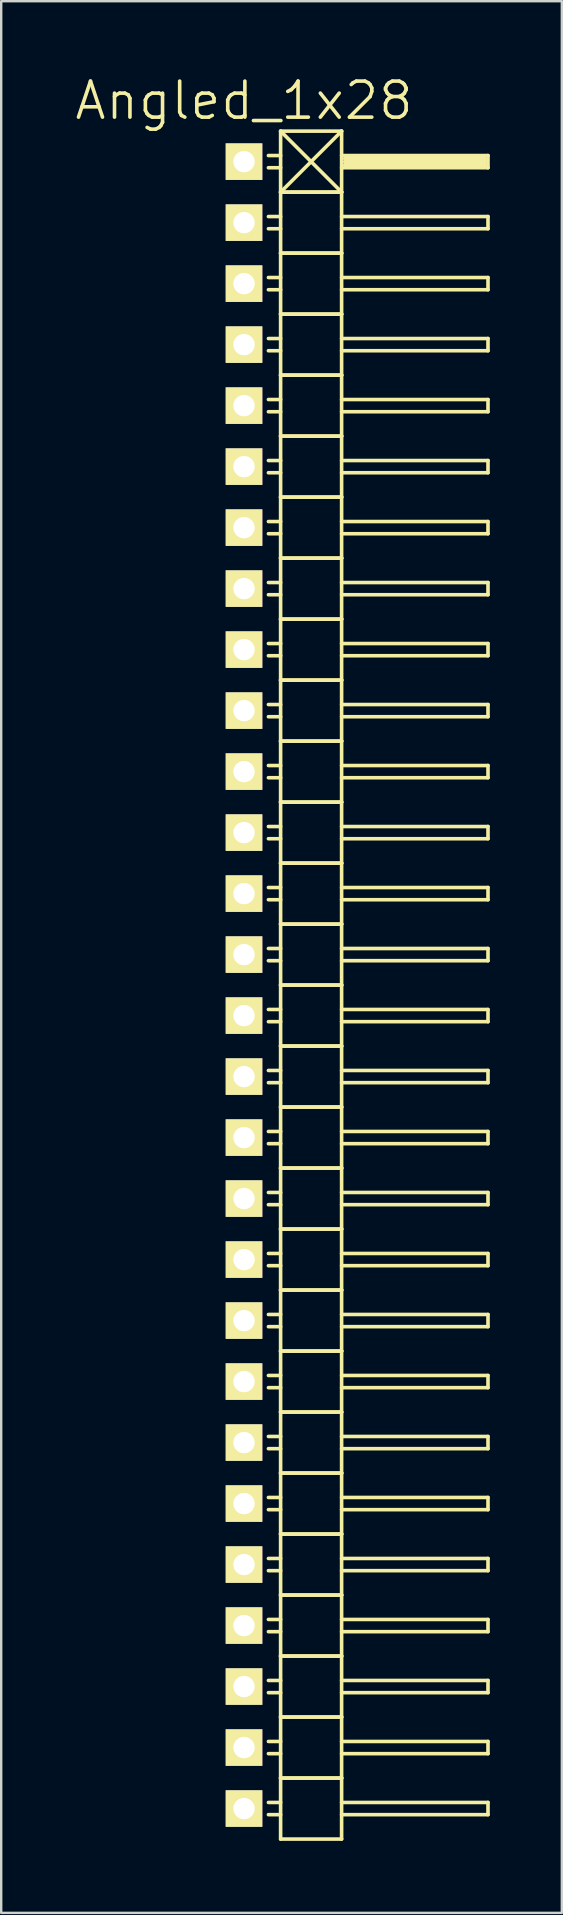
<source format=kicad_pcb>
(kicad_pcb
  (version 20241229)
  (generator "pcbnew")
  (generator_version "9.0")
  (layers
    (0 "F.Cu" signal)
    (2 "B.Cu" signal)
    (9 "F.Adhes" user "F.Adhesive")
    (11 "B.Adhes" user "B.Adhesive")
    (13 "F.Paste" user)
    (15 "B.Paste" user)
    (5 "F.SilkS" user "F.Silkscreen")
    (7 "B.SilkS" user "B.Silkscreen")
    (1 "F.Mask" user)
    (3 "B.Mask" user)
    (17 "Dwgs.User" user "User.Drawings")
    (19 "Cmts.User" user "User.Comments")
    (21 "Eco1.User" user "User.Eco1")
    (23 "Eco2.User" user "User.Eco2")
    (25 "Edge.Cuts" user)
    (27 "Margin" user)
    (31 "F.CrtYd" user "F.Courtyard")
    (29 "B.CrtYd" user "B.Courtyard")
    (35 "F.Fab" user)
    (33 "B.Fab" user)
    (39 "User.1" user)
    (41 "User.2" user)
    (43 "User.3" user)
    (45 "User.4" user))
  (footprint "Angled_1x28"
    (layer "F.Cu")
    (at 7.111 37.971)
    (property "Reference" "Angled_1x28" (at 0 -36.83 0) (layer "F.SilkS") (effects (font (size 1.5 1.5) (thickness 0.15))))
    (attr through_hole)
    (fp_line (start 1.524 -35.56) (end 1.524 -33.02) (stroke (width 0.15) (type solid)) (layer "F.SilkS"))
    (fp_line (start 1.524 -35.56) (end 4.064 -35.56) (stroke (width 0.15) (type solid)) (layer "F.SilkS"))
    (fp_line (start 1.524 -34.544) (end 1.016 -34.544) (stroke (width 0.15) (type solid)) (layer "F.SilkS"))
    (fp_line (start 1.524 -34.036) (end 1.016 -34.036) (stroke (width 0.15) (type solid)) (layer "F.SilkS"))
    (fp_line (start 1.524 -33.02) (end 1.524 -30.48) (stroke (width 0.15) (type solid)) (layer "F.SilkS"))
    (fp_line (start 1.524 -33.02) (end 4.064 -33.02) (stroke (width 0.15) (type solid)) (layer "F.SilkS"))
    (fp_line (start 1.524 -33.02) (end 4.064 -33.02) (stroke (width 0.15) (type solid)) (layer "F.SilkS"))
    (fp_line (start 1.524 -32.004) (end 1.016 -32.004) (stroke (width 0.15) (type solid)) (layer "F.SilkS"))
    (fp_line (start 1.524 -31.496) (end 1.016 -31.496) (stroke (width 0.15) (type solid)) (layer "F.SilkS"))
    (fp_line (start 1.524 -30.48) (end 1.524 -27.94) (stroke (width 0.15) (type solid)) (layer "F.SilkS"))
    (fp_line (start 1.524 -30.48) (end 4.064 -30.48) (stroke (width 0.15) (type solid)) (layer "F.SilkS"))
    (fp_line (start 1.524 -30.48) (end 4.064 -30.48) (stroke (width 0.15) (type solid)) (layer "F.SilkS"))
    (fp_line (start 1.524 -29.464) (end 1.016 -29.464) (stroke (width 0.15) (type solid)) (layer "F.SilkS"))
    (fp_line (start 1.524 -28.956) (end 1.016 -28.956) (stroke (width 0.15) (type solid)) (layer "F.SilkS"))
    (fp_line (start 1.524 -27.94) (end 1.524 -25.4) (stroke (width 0.15) (type solid)) (layer "F.SilkS"))
    (fp_line (start 1.524 -27.94) (end 4.064 -27.94) (stroke (width 0.15) (type solid)) (layer "F.SilkS"))
    (fp_line (start 1.524 -27.94) (end 4.064 -27.94) (stroke (width 0.15) (type solid)) (layer "F.SilkS"))
    (fp_line (start 1.524 -26.924) (end 1.016 -26.924) (stroke (width 0.15) (type solid)) (layer "F.SilkS"))
    (fp_line (start 1.524 -26.416) (end 1.016 -26.416) (stroke (width 0.15) (type solid)) (layer "F.SilkS"))
    (fp_line (start 1.524 -25.4) (end 1.524 -22.86) (stroke (width 0.15) (type solid)) (layer "F.SilkS"))
    (fp_line (start 1.524 -25.4) (end 4.064 -25.4) (stroke (width 0.15) (type solid)) (layer "F.SilkS"))
    (fp_line (start 1.524 -25.4) (end 4.064 -25.4) (stroke (width 0.15) (type solid)) (layer "F.SilkS"))
    (fp_line (start 1.524 -24.384) (end 1.016 -24.384) (stroke (width 0.15) (type solid)) (layer "F.SilkS"))
    (fp_line (start 1.524 -23.876) (end 1.016 -23.876) (stroke (width 0.15) (type solid)) (layer "F.SilkS"))
    (fp_line (start 1.524 -22.86) (end 1.524 -20.32) (stroke (width 0.15) (type solid)) (layer "F.SilkS"))
    (fp_line (start 1.524 -22.86) (end 4.064 -22.86) (stroke (width 0.15) (type solid)) (layer "F.SilkS"))
    (fp_line (start 1.524 -22.86) (end 4.064 -22.86) (stroke (width 0.15) (type solid)) (layer "F.SilkS"))
    (fp_line (start 1.524 -21.844) (end 1.016 -21.844) (stroke (width 0.15) (type solid)) (layer "F.SilkS"))
    (fp_line (start 1.524 -21.336) (end 1.016 -21.336) (stroke (width 0.15) (type solid)) (layer "F.SilkS"))
    (fp_line (start 1.524 -20.32) (end 1.524 -17.78) (stroke (width 0.15) (type solid)) (layer "F.SilkS"))
    (fp_line (start 1.524 -20.32) (end 4.064 -20.32) (stroke (width 0.15) (type solid)) (layer "F.SilkS"))
    (fp_line (start 1.524 -20.32) (end 4.064 -20.32) (stroke (width 0.15) (type solid)) (layer "F.SilkS"))
    (fp_line (start 1.524 -19.304) (end 1.016 -19.304) (stroke (width 0.15) (type solid)) (layer "F.SilkS"))
    (fp_line (start 1.524 -18.796) (end 1.016 -18.796) (stroke (width 0.15) (type solid)) (layer "F.SilkS"))
    (fp_line (start 1.524 -17.78) (end 1.524 -15.24) (stroke (width 0.15) (type solid)) (layer "F.SilkS"))
    (fp_line (start 1.524 -17.78) (end 4.064 -17.78) (stroke (width 0.15) (type solid)) (layer "F.SilkS"))
    (fp_line (start 1.524 -17.78) (end 4.064 -17.78) (stroke (width 0.15) (type solid)) (layer "F.SilkS"))
    (fp_line (start 1.524 -16.764) (end 1.016 -16.764) (stroke (width 0.15) (type solid)) (layer "F.SilkS"))
    (fp_line (start 1.524 -16.256) (end 1.016 -16.256) (stroke (width 0.15) (type solid)) (layer "F.SilkS"))
    (fp_line (start 1.524 -15.24) (end 1.524 -12.7) (stroke (width 0.15) (type solid)) (layer "F.SilkS"))
    (fp_line (start 1.524 -15.24) (end 4.064 -15.24) (stroke (width 0.15) (type solid)) (layer "F.SilkS"))
    (fp_line (start 1.524 -15.24) (end 4.064 -15.24) (stroke (width 0.15) (type solid)) (layer "F.SilkS"))
    (fp_line (start 1.524 -14.224) (end 1.016 -14.224) (stroke (width 0.15) (type solid)) (layer "F.SilkS"))
    (fp_line (start 1.524 -13.716) (end 1.016 -13.716) (stroke (width 0.15) (type solid)) (layer "F.SilkS"))
    (fp_line (start 1.524 -12.7) (end 1.524 -10.16) (stroke (width 0.15) (type solid)) (layer "F.SilkS"))
    (fp_line (start 1.524 -12.7) (end 4.064 -12.7) (stroke (width 0.15) (type solid)) (layer "F.SilkS"))
    (fp_line (start 1.524 -12.7) (end 4.064 -12.7) (stroke (width 0.15) (type solid)) (layer "F.SilkS"))
    (fp_line (start 1.524 -11.684) (end 1.016 -11.684) (stroke (width 0.15) (type solid)) (layer "F.SilkS"))
    (fp_line (start 1.524 -11.176) (end 1.016 -11.176) (stroke (width 0.15) (type solid)) (layer "F.SilkS"))
    (fp_line (start 1.524 -10.16) (end 1.524 -7.62) (stroke (width 0.15) (type solid)) (layer "F.SilkS"))
    (fp_line (start 1.524 -10.16) (end 4.064 -10.16) (stroke (width 0.15) (type solid)) (layer "F.SilkS"))
    (fp_line (start 1.524 -10.16) (end 4.064 -10.16) (stroke (width 0.15) (type solid)) (layer "F.SilkS"))
    (fp_line (start 1.524 -9.144) (end 1.016 -9.144) (stroke (width 0.15) (type solid)) (layer "F.SilkS"))
    (fp_line (start 1.524 -8.636) (end 1.016 -8.636) (stroke (width 0.15) (type solid)) (layer "F.SilkS"))
    (fp_line (start 1.524 -7.62) (end 1.524 -5.08) (stroke (width 0.15) (type solid)) (layer "F.SilkS"))
    (fp_line (start 1.524 -7.62) (end 4.064 -7.62) (stroke (width 0.15) (type solid)) (layer "F.SilkS"))
    (fp_line (start 1.524 -7.62) (end 4.064 -7.62) (stroke (width 0.15) (type solid)) (layer "F.SilkS"))
    (fp_line (start 1.524 -6.604) (end 1.016 -6.604) (stroke (width 0.15) (type solid)) (layer "F.SilkS"))
    (fp_line (start 1.524 -6.096) (end 1.016 -6.096) (stroke (width 0.15) (type solid)) (layer "F.SilkS"))
    (fp_line (start 1.524 -5.08) (end 1.524 -2.54) (stroke (width 0.15) (type solid)) (layer "F.SilkS"))
    (fp_line (start 1.524 -5.08) (end 4.064 -5.08) (stroke (width 0.15) (type solid)) (layer "F.SilkS"))
    (fp_line (start 1.524 -5.08) (end 4.064 -5.08) (stroke (width 0.15) (type solid)) (layer "F.SilkS"))
    (fp_line (start 1.524 -4.064) (end 1.016 -4.064) (stroke (width 0.15) (type solid)) (layer "F.SilkS"))
    (fp_line (start 1.524 -3.556) (end 1.016 -3.556) (stroke (width 0.15) (type solid)) (layer "F.SilkS"))
    (fp_line (start 1.524 -2.54) (end 1.524 0) (stroke (width 0.15) (type solid)) (layer "F.SilkS"))
    (fp_line (start 1.524 -2.54) (end 4.064 -2.54) (stroke (width 0.15) (type solid)) (layer "F.SilkS"))
    (fp_line (start 1.524 -2.54) (end 4.064 -2.54) (stroke (width 0.15) (type solid)) (layer "F.SilkS"))
    (fp_line (start 1.524 -1.524) (end 1.016 -1.524) (stroke (width 0.15) (type solid)) (layer "F.SilkS"))
    (fp_line (start 1.524 -1.016) (end 1.016 -1.016) (stroke (width 0.15) (type solid)) (layer "F.SilkS"))
    (fp_line (start 1.524 0) (end 1.524 2.54) (stroke (width 0.15) (type solid)) (layer "F.SilkS"))
    (fp_line (start 1.524 0) (end 4.064 0) (stroke (width 0.15) (type solid)) (layer "F.SilkS"))
    (fp_line (start 1.524 0) (end 4.064 0) (stroke (width 0.15) (type solid)) (layer "F.SilkS"))
    (fp_line (start 1.524 1.016) (end 1.016 1.016) (stroke (width 0.15) (type solid)) (layer "F.SilkS"))
    (fp_line (start 1.524 1.524) (end 1.016 1.524) (stroke (width 0.15) (type solid)) (layer "F.SilkS"))
    (fp_line (start 1.524 2.54) (end 1.524 5.08) (stroke (width 0.15) (type solid)) (layer "F.SilkS"))
    (fp_line (start 1.524 2.54) (end 4.064 2.54) (stroke (width 0.15) (type solid)) (layer "F.SilkS"))
    (fp_line (start 1.524 2.54) (end 4.064 2.54) (stroke (width 0.15) (type solid)) (layer "F.SilkS"))
    (fp_line (start 1.524 3.556) (end 1.016 3.556) (stroke (width 0.15) (type solid)) (layer "F.SilkS"))
    (fp_line (start 1.524 4.064) (end 1.016 4.064) (stroke (width 0.15) (type solid)) (layer "F.SilkS"))
    (fp_line (start 1.524 5.08) (end 1.524 7.62) (stroke (width 0.15) (type solid)) (layer "F.SilkS"))
    (fp_line (start 1.524 5.08) (end 4.064 5.08) (stroke (width 0.15) (type solid)) (layer "F.SilkS"))
    (fp_line (start 1.524 5.08) (end 4.064 5.08) (stroke (width 0.15) (type solid)) (layer "F.SilkS"))
    (fp_line (start 1.524 6.096) (end 1.016 6.096) (stroke (width 0.15) (type solid)) (layer "F.SilkS"))
    (fp_line (start 1.524 6.604) (end 1.016 6.604) (stroke (width 0.15) (type solid)) (layer "F.SilkS"))
    (fp_line (start 1.524 7.62) (end 1.524 10.16) (stroke (width 0.15) (type solid)) (layer "F.SilkS"))
    (fp_line (start 1.524 7.62) (end 4.064 7.62) (stroke (width 0.15) (type solid)) (layer "F.SilkS"))
    (fp_line (start 1.524 7.62) (end 4.064 7.62) (stroke (width 0.15) (type solid)) (layer "F.SilkS"))
    (fp_line (start 1.524 8.636) (end 1.016 8.636) (stroke (width 0.15) (type solid)) (layer "F.SilkS"))
    (fp_line (start 1.524 9.144) (end 1.016 9.144) (stroke (width 0.15) (type solid)) (layer "F.SilkS"))
    (fp_line (start 1.524 10.16) (end 1.524 12.7) (stroke (width 0.15) (type solid)) (layer "F.SilkS"))
    (fp_line (start 1.524 10.16) (end 4.064 10.16) (stroke (width 0.15) (type solid)) (layer "F.SilkS"))
    (fp_line (start 1.524 10.16) (end 4.064 10.16) (stroke (width 0.15) (type solid)) (layer "F.SilkS"))
    (fp_line (start 1.524 11.176) (end 1.016 11.176) (stroke (width 0.15) (type solid)) (layer "F.SilkS"))
    (fp_line (start 1.524 11.684) (end 1.016 11.684) (stroke (width 0.15) (type solid)) (layer "F.SilkS"))
    (fp_line (start 1.524 12.7) (end 1.524 15.24) (stroke (width 0.15) (type solid)) (layer "F.SilkS"))
    (fp_line (start 1.524 12.7) (end 4.064 12.7) (stroke (width 0.15) (type solid)) (layer "F.SilkS"))
    (fp_line (start 1.524 12.7) (end 4.064 12.7) (stroke (width 0.15) (type solid)) (layer "F.SilkS"))
    (fp_line (start 1.524 13.716) (end 1.016 13.716) (stroke (width 0.15) (type solid)) (layer "F.SilkS"))
    (fp_line (start 1.524 14.224) (end 1.016 14.224) (stroke (width 0.15) (type solid)) (layer "F.SilkS"))
    (fp_line (start 1.524 15.24) (end 1.524 17.78) (stroke (width 0.15) (type solid)) (layer "F.SilkS"))
    (fp_line (start 1.524 15.24) (end 4.064 15.24) (stroke (width 0.15) (type solid)) (layer "F.SilkS"))
    (fp_line (start 1.524 15.24) (end 4.064 15.24) (stroke (width 0.15) (type solid)) (layer "F.SilkS"))
    (fp_line (start 1.524 16.256) (end 1.016 16.256) (stroke (width 0.15) (type solid)) (layer "F.SilkS"))
    (fp_line (start 1.524 16.764) (end 1.016 16.764) (stroke (width 0.15) (type solid)) (layer "F.SilkS"))
    (fp_line (start 1.524 17.78) (end 1.524 20.32) (stroke (width 0.15) (type solid)) (layer "F.SilkS"))
    (fp_line (start 1.524 17.78) (end 4.064 17.78) (stroke (width 0.15) (type solid)) (layer "F.SilkS"))
    (fp_line (start 1.524 17.78) (end 4.064 17.78) (stroke (width 0.15) (type solid)) (layer "F.SilkS"))
    (fp_line (start 1.524 18.796) (end 1.016 18.796) (stroke (width 0.15) (type solid)) (layer "F.SilkS"))
    (fp_line (start 1.524 19.304) (end 1.016 19.304) (stroke (width 0.15) (type solid)) (layer "F.SilkS"))
    (fp_line (start 1.524 20.32) (end 1.524 22.86) (stroke (width 0.15) (type solid)) (layer "F.SilkS"))
    (fp_line (start 1.524 20.32) (end 4.064 20.32) (stroke (width 0.15) (type solid)) (layer "F.SilkS"))
    (fp_line (start 1.524 20.32) (end 4.064 20.32) (stroke (width 0.15) (type solid)) (layer "F.SilkS"))
    (fp_line (start 1.524 21.336) (end 1.016 21.336) (stroke (width 0.15) (type solid)) (layer "F.SilkS"))
    (fp_line (start 1.524 21.844) (end 1.016 21.844) (stroke (width 0.15) (type solid)) (layer "F.SilkS"))
    (fp_line (start 1.524 22.86) (end 1.524 25.4) (stroke (width 0.15) (type solid)) (layer "F.SilkS"))
    (fp_line (start 1.524 22.86) (end 4.064 22.86) (stroke (width 0.15) (type solid)) (layer "F.SilkS"))
    (fp_line (start 1.524 22.86) (end 4.064 22.86) (stroke (width 0.15) (type solid)) (layer "F.SilkS"))
    (fp_line (start 1.524 23.876) (end 1.016 23.876) (stroke (width 0.15) (type solid)) (layer "F.SilkS"))
    (fp_line (start 1.524 24.384) (end 1.016 24.384) (stroke (width 0.15) (type solid)) (layer "F.SilkS"))
    (fp_line (start 1.524 25.4) (end 1.524 27.94) (stroke (width 0.15) (type solid)) (layer "F.SilkS"))
    (fp_line (start 1.524 25.4) (end 4.064 25.4) (stroke (width 0.15) (type solid)) (layer "F.SilkS"))
    (fp_line (start 1.524 25.4) (end 4.064 25.4) (stroke (width 0.15) (type solid)) (layer "F.SilkS"))
    (fp_line (start 1.524 26.416) (end 1.016 26.416) (stroke (width 0.15) (type solid)) (layer "F.SilkS"))
    (fp_line (start 1.524 26.924) (end 1.016 26.924) (stroke (width 0.15) (type solid)) (layer "F.SilkS"))
    (fp_line (start 1.524 27.94) (end 1.524 30.48) (stroke (width 0.15) (type solid)) (layer "F.SilkS"))
    (fp_line (start 1.524 27.94) (end 4.064 27.94) (stroke (width 0.15) (type solid)) (layer "F.SilkS"))
    (fp_line (start 1.524 27.94) (end 4.064 27.94) (stroke (width 0.15) (type solid)) (layer "F.SilkS"))
    (fp_line (start 1.524 28.956) (end 1.016 28.956) (stroke (width 0.15) (type solid)) (layer "F.SilkS"))
    (fp_line (start 1.524 29.464) (end 1.016 29.464) (stroke (width 0.15) (type solid)) (layer "F.SilkS"))
    (fp_line (start 1.524 30.48) (end 1.524 33.02) (stroke (width 0.15) (type solid)) (layer "F.SilkS"))
    (fp_line (start 1.524 30.48) (end 4.064 30.48) (stroke (width 0.15) (type solid)) (layer "F.SilkS"))
    (fp_line (start 1.524 30.48) (end 4.064 30.48) (stroke (width 0.15) (type solid)) (layer "F.SilkS"))
    (fp_line (start 1.524 31.496) (end 1.016 31.496) (stroke (width 0.15) (type solid)) (layer "F.SilkS"))
    (fp_line (start 1.524 32.004) (end 1.016 32.004) (stroke (width 0.15) (type solid)) (layer "F.SilkS"))
    (fp_line (start 1.524 33.02) (end 1.524 35.56) (stroke (width 0.15) (type solid)) (layer "F.SilkS"))
    (fp_line (start 1.524 33.02) (end 4.064 33.02) (stroke (width 0.15) (type solid)) (layer "F.SilkS"))
    (fp_line (start 1.524 33.02) (end 4.064 33.02) (stroke (width 0.15) (type solid)) (layer "F.SilkS"))
    (fp_line (start 1.524 34.036) (end 1.016 34.036) (stroke (width 0.15) (type solid)) (layer "F.SilkS"))
    (fp_line (start 1.524 34.544) (end 1.016 34.544) (stroke (width 0.15) (type solid)) (layer "F.SilkS"))
    (fp_line (start 1.524 35.56) (end 4.064 35.56) (stroke (width 0.15) (type solid)) (layer "F.SilkS"))
    (fp_line (start 4.064 -35.56) (end 1.524 -33.02) (stroke (width 0.15) (type solid)) (layer "F.SilkS"))
    (fp_line (start 4.064 -34.544) (end 10.16 -34.544) (stroke (width 0.15) (type solid)) (layer "F.SilkS"))
    (fp_line (start 4.064 -33.02) (end 1.524 -35.56) (stroke (width 0.15) (type solid)) (layer "F.SilkS"))
    (fp_line (start 4.064 -33.02) (end 4.064 -35.56) (stroke (width 0.15) (type solid)) (layer "F.SilkS"))
    (fp_line (start 4.064 -32.004) (end 10.16 -32.004) (stroke (width 0.15) (type solid)) (layer "F.SilkS"))
    (fp_line (start 4.064 -30.48) (end 4.064 -33.02) (stroke (width 0.15) (type solid)) (layer "F.SilkS"))
    (fp_line (start 4.064 -29.464) (end 10.16 -29.464) (stroke (width 0.15) (type solid)) (layer "F.SilkS"))
    (fp_line (start 4.064 -27.94) (end 4.064 -30.48) (stroke (width 0.15) (type solid)) (layer "F.SilkS"))
    (fp_line (start 4.064 -26.924) (end 10.16 -26.924) (stroke (width 0.15) (type solid)) (layer "F.SilkS"))
    (fp_line (start 4.064 -25.4) (end 4.064 -27.94) (stroke (width 0.15) (type solid)) (layer "F.SilkS"))
    (fp_line (start 4.064 -24.384) (end 10.16 -24.384) (stroke (width 0.15) (type solid)) (layer "F.SilkS"))
    (fp_line (start 4.064 -22.86) (end 4.064 -25.4) (stroke (width 0.15) (type solid)) (layer "F.SilkS"))
    (fp_line (start 4.064 -21.844) (end 10.16 -21.844) (stroke (width 0.15) (type solid)) (layer "F.SilkS"))
    (fp_line (start 4.064 -20.32) (end 4.064 -22.86) (stroke (width 0.15) (type solid)) (layer "F.SilkS"))
    (fp_line (start 4.064 -19.304) (end 10.16 -19.304) (stroke (width 0.15) (type solid)) (layer "F.SilkS"))
    (fp_line (start 4.064 -17.78) (end 4.064 -20.32) (stroke (width 0.15) (type solid)) (layer "F.SilkS"))
    (fp_line (start 4.064 -16.764) (end 10.16 -16.764) (stroke (width 0.15) (type solid)) (layer "F.SilkS"))
    (fp_line (start 4.064 -15.24) (end 4.064 -17.78) (stroke (width 0.15) (type solid)) (layer "F.SilkS"))
    (fp_line (start 4.064 -14.224) (end 10.16 -14.224) (stroke (width 0.15) (type solid)) (layer "F.SilkS"))
    (fp_line (start 4.064 -12.7) (end 4.064 -15.24) (stroke (width 0.15) (type solid)) (layer "F.SilkS"))
    (fp_line (start 4.064 -11.684) (end 10.16 -11.684) (stroke (width 0.15) (type solid)) (layer "F.SilkS"))
    (fp_line (start 4.064 -10.16) (end 4.064 -12.7) (stroke (width 0.15) (type solid)) (layer "F.SilkS"))
    (fp_line (start 4.064 -9.144) (end 10.16 -9.144) (stroke (width 0.15) (type solid)) (layer "F.SilkS"))
    (fp_line (start 4.064 -7.62) (end 4.064 -10.16) (stroke (width 0.15) (type solid)) (layer "F.SilkS"))
    (fp_line (start 4.064 -6.604) (end 10.16 -6.604) (stroke (width 0.15) (type solid)) (layer "F.SilkS"))
    (fp_line (start 4.064 -5.08) (end 4.064 -7.62) (stroke (width 0.15) (type solid)) (layer "F.SilkS"))
    (fp_line (start 4.064 -4.064) (end 10.16 -4.064) (stroke (width 0.15) (type solid)) (layer "F.SilkS"))
    (fp_line (start 4.064 -2.54) (end 4.064 -5.08) (stroke (width 0.15) (type solid)) (layer "F.SilkS"))
    (fp_line (start 4.064 -1.524) (end 10.16 -1.524) (stroke (width 0.15) (type solid)) (layer "F.SilkS"))
    (fp_line (start 4.064 0) (end 4.064 -2.54) (stroke (width 0.15) (type solid)) (layer "F.SilkS"))
    (fp_line (start 4.064 1.016) (end 10.16 1.016) (stroke (width 0.15) (type solid)) (layer "F.SilkS"))
    (fp_line (start 4.064 2.54) (end 4.064 0) (stroke (width 0.15) (type solid)) (layer "F.SilkS"))
    (fp_line (start 4.064 3.556) (end 10.16 3.556) (stroke (width 0.15) (type solid)) (layer "F.SilkS"))
    (fp_line (start 4.064 5.08) (end 4.064 2.54) (stroke (width 0.15) (type solid)) (layer "F.SilkS"))
    (fp_line (start 4.064 6.096) (end 10.16 6.096) (stroke (width 0.15) (type solid)) (layer "F.SilkS"))
    (fp_line (start 4.064 7.62) (end 4.064 5.08) (stroke (width 0.15) (type solid)) (layer "F.SilkS"))
    (fp_line (start 4.064 8.636) (end 10.16 8.636) (stroke (width 0.15) (type solid)) (layer "F.SilkS"))
    (fp_line (start 4.064 10.16) (end 4.064 7.62) (stroke (width 0.15) (type solid)) (layer "F.SilkS"))
    (fp_line (start 4.064 11.176) (end 10.16 11.176) (stroke (width 0.15) (type solid)) (layer "F.SilkS"))
    (fp_line (start 4.064 12.7) (end 4.064 10.16) (stroke (width 0.15) (type solid)) (layer "F.SilkS"))
    (fp_line (start 4.064 13.716) (end 10.16 13.716) (stroke (width 0.15) (type solid)) (layer "F.SilkS"))
    (fp_line (start 4.064 15.24) (end 4.064 12.7) (stroke (width 0.15) (type solid)) (layer "F.SilkS"))
    (fp_line (start 4.064 16.256) (end 10.16 16.256) (stroke (width 0.15) (type solid)) (layer "F.SilkS"))
    (fp_line (start 4.064 17.78) (end 4.064 15.24) (stroke (width 0.15) (type solid)) (layer "F.SilkS"))
    (fp_line (start 4.064 18.796) (end 10.16 18.796) (stroke (width 0.15) (type solid)) (layer "F.SilkS"))
    (fp_line (start 4.064 20.32) (end 4.064 17.78) (stroke (width 0.15) (type solid)) (layer "F.SilkS"))
    (fp_line (start 4.064 21.336) (end 10.16 21.336) (stroke (width 0.15) (type solid)) (layer "F.SilkS"))
    (fp_line (start 4.064 22.86) (end 4.064 20.32) (stroke (width 0.15) (type solid)) (layer "F.SilkS"))
    (fp_line (start 4.064 23.876) (end 10.16 23.876) (stroke (width 0.15) (type solid)) (layer "F.SilkS"))
    (fp_line (start 4.064 25.4) (end 4.064 22.86) (stroke (width 0.15) (type solid)) (layer "F.SilkS"))
    (fp_line (start 4.064 26.416) (end 10.16 26.416) (stroke (width 0.15) (type solid)) (layer "F.SilkS"))
    (fp_line (start 4.064 27.94) (end 4.064 25.4) (stroke (width 0.15) (type solid)) (layer "F.SilkS"))
    (fp_line (start 4.064 28.956) (end 10.16 28.956) (stroke (width 0.15) (type solid)) (layer "F.SilkS"))
    (fp_line (start 4.064 30.48) (end 4.064 27.94) (stroke (width 0.15) (type solid)) (layer "F.SilkS"))
    (fp_line (start 4.064 31.496) (end 10.16 31.496) (stroke (width 0.15) (type solid)) (layer "F.SilkS"))
    (fp_line (start 4.064 33.02) (end 4.064 30.48) (stroke (width 0.15) (type solid)) (layer "F.SilkS"))
    (fp_line (start 4.064 34.036) (end 10.16 34.036) (stroke (width 0.15) (type solid)) (layer "F.SilkS"))
    (fp_line (start 4.064 35.56) (end 4.064 33.02) (stroke (width 0.15) (type solid)) (layer "F.SilkS"))
    (fp_line (start 4.191 -34.417) (end 10.033 -34.417) (stroke (width 0.15) (type solid)) (layer "F.SilkS"))
    (fp_line (start 4.191 -34.29) (end 10.033 -34.29) (stroke (width 0.15) (type solid)) (layer "F.SilkS"))
    (fp_line (start 10.033 -34.417) (end 10.033 -34.163) (stroke (width 0.15) (type solid)) (layer "F.SilkS"))
    (fp_line (start 10.033 -34.163) (end 4.191 -34.163) (stroke (width 0.15) (type solid)) (layer "F.SilkS"))
    (fp_line (start 10.16 -34.544) (end 10.16 -34.036) (stroke (width 0.15) (type solid)) (layer "F.SilkS"))
    (fp_line (start 10.16 -34.036) (end 4.064 -34.036) (stroke (width 0.15) (type solid)) (layer "F.SilkS"))
    (fp_line (start 10.16 -32.004) (end 10.16 -31.496) (stroke (width 0.15) (type solid)) (layer "F.SilkS"))
    (fp_line (start 10.16 -31.496) (end 4.064 -31.496) (stroke (width 0.15) (type solid)) (layer "F.SilkS"))
    (fp_line (start 10.16 -29.464) (end 10.16 -28.956) (stroke (width 0.15) (type solid)) (layer "F.SilkS"))
    (fp_line (start 10.16 -28.956) (end 4.064 -28.956) (stroke (width 0.15) (type solid)) (layer "F.SilkS"))
    (fp_line (start 10.16 -26.924) (end 10.16 -26.416) (stroke (width 0.15) (type solid)) (layer "F.SilkS"))
    (fp_line (start 10.16 -26.416) (end 4.064 -26.416) (stroke (width 0.15) (type solid)) (layer "F.SilkS"))
    (fp_line (start 10.16 -24.384) (end 10.16 -23.876) (stroke (width 0.15) (type solid)) (layer "F.SilkS"))
    (fp_line (start 10.16 -23.876) (end 4.064 -23.876) (stroke (width 0.15) (type solid)) (layer "F.SilkS"))
    (fp_line (start 10.16 -21.844) (end 10.16 -21.336) (stroke (width 0.15) (type solid)) (layer "F.SilkS"))
    (fp_line (start 10.16 -21.336) (end 4.064 -21.336) (stroke (width 0.15) (type solid)) (layer "F.SilkS"))
    (fp_line (start 10.16 -19.304) (end 10.16 -18.796) (stroke (width 0.15) (type solid)) (layer "F.SilkS"))
    (fp_line (start 10.16 -18.796) (end 4.064 -18.796) (stroke (width 0.15) (type solid)) (layer "F.SilkS"))
    (fp_line (start 10.16 -16.764) (end 10.16 -16.256) (stroke (width 0.15) (type solid)) (layer "F.SilkS"))
    (fp_line (start 10.16 -16.256) (end 4.064 -16.256) (stroke (width 0.15) (type solid)) (layer "F.SilkS"))
    (fp_line (start 10.16 -14.224) (end 10.16 -13.716) (stroke (width 0.15) (type solid)) (layer "F.SilkS"))
    (fp_line (start 10.16 -13.716) (end 4.064 -13.716) (stroke (width 0.15) (type solid)) (layer "F.SilkS"))
    (fp_line (start 10.16 -11.684) (end 10.16 -11.176) (stroke (width 0.15) (type solid)) (layer "F.SilkS"))
    (fp_line (start 10.16 -11.176) (end 4.064 -11.176) (stroke (width 0.15) (type solid)) (layer "F.SilkS"))
    (fp_line (start 10.16 -9.144) (end 10.16 -8.636) (stroke (width 0.15) (type solid)) (layer "F.SilkS"))
    (fp_line (start 10.16 -8.636) (end 4.064 -8.636) (stroke (width 0.15) (type solid)) (layer "F.SilkS"))
    (fp_line (start 10.16 -6.604) (end 10.16 -6.096) (stroke (width 0.15) (type solid)) (layer "F.SilkS"))
    (fp_line (start 10.16 -6.096) (end 4.064 -6.096) (stroke (width 0.15) (type solid)) (layer "F.SilkS"))
    (fp_line (start 10.16 -4.064) (end 10.16 -3.556) (stroke (width 0.15) (type solid)) (layer "F.SilkS"))
    (fp_line (start 10.16 -3.556) (end 4.064 -3.556) (stroke (width 0.15) (type solid)) (layer "F.SilkS"))
    (fp_line (start 10.16 -1.524) (end 10.16 -1.016) (stroke (width 0.15) (type solid)) (layer "F.SilkS"))
    (fp_line (start 10.16 -1.016) (end 4.064 -1.016) (stroke (width 0.15) (type solid)) (layer "F.SilkS"))
    (fp_line (start 10.16 1.016) (end 10.16 1.524) (stroke (width 0.15) (type solid)) (layer "F.SilkS"))
    (fp_line (start 10.16 1.524) (end 4.064 1.524) (stroke (width 0.15) (type solid)) (layer "F.SilkS"))
    (fp_line (start 10.16 3.556) (end 10.16 4.064) (stroke (width 0.15) (type solid)) (layer "F.SilkS"))
    (fp_line (start 10.16 4.064) (end 4.064 4.064) (stroke (width 0.15) (type solid)) (layer "F.SilkS"))
    (fp_line (start 10.16 6.096) (end 10.16 6.604) (stroke (width 0.15) (type solid)) (layer "F.SilkS"))
    (fp_line (start 10.16 6.604) (end 4.064 6.604) (stroke (width 0.15) (type solid)) (layer "F.SilkS"))
    (fp_line (start 10.16 8.636) (end 10.16 9.144) (stroke (width 0.15) (type solid)) (layer "F.SilkS"))
    (fp_line (start 10.16 9.144) (end 4.064 9.144) (stroke (width 0.15) (type solid)) (layer "F.SilkS"))
    (fp_line (start 10.16 11.176) (end 10.16 11.684) (stroke (width 0.15) (type solid)) (layer "F.SilkS"))
    (fp_line (start 10.16 11.684) (end 4.064 11.684) (stroke (width 0.15) (type solid)) (layer "F.SilkS"))
    (fp_line (start 10.16 13.716) (end 10.16 14.224) (stroke (width 0.15) (type solid)) (layer "F.SilkS"))
    (fp_line (start 10.16 14.224) (end 4.064 14.224) (stroke (width 0.15) (type solid)) (layer "F.SilkS"))
    (fp_line (start 10.16 16.256) (end 10.16 16.764) (stroke (width 0.15) (type solid)) (layer "F.SilkS"))
    (fp_line (start 10.16 16.764) (end 4.064 16.764) (stroke (width 0.15) (type solid)) (layer "F.SilkS"))
    (fp_line (start 10.16 18.796) (end 10.16 19.304) (stroke (width 0.15) (type solid)) (layer "F.SilkS"))
    (fp_line (start 10.16 19.304) (end 4.064 19.304) (stroke (width 0.15) (type solid)) (layer "F.SilkS"))
    (fp_line (start 10.16 21.336) (end 10.16 21.844) (stroke (width 0.15) (type solid)) (layer "F.SilkS"))
    (fp_line (start 10.16 21.844) (end 4.064 21.844) (stroke (width 0.15) (type solid)) (layer "F.SilkS"))
    (fp_line (start 10.16 23.876) (end 10.16 24.384) (stroke (width 0.15) (type solid)) (layer "F.SilkS"))
    (fp_line (start 10.16 24.384) (end 4.064 24.384) (stroke (width 0.15) (type solid)) (layer "F.SilkS"))
    (fp_line (start 10.16 26.416) (end 10.16 26.924) (stroke (width 0.15) (type solid)) (layer "F.SilkS"))
    (fp_line (start 10.16 26.924) (end 4.064 26.924) (stroke (width 0.15) (type solid)) (layer "F.SilkS"))
    (fp_line (start 10.16 28.956) (end 10.16 29.464) (stroke (width 0.15) (type solid)) (layer "F.SilkS"))
    (fp_line (start 10.16 29.464) (end 4.064 29.464) (stroke (width 0.15) (type solid)) (layer "F.SilkS"))
    (fp_line (start 10.16 31.496) (end 10.16 32.004) (stroke (width 0.15) (type solid)) (layer "F.SilkS"))
    (fp_line (start 10.16 32.004) (end 4.064 32.004) (stroke (width 0.15) (type solid)) (layer "F.SilkS"))
    (fp_line (start 10.16 34.036) (end 10.16 34.544) (stroke (width 0.15) (type solid)) (layer "F.SilkS"))
    (fp_line (start 10.16 34.544) (end 4.064 34.544) (stroke (width 0.15) (type solid)) (layer "F.SilkS"))
    (pad "1" thru_hole rect (at 0 -34.29) (size 1.524 1.524) (drill 0.889) (layers "*.Cu" "*.Mask" "F.SilkS"))
    (pad "2" thru_hole rect (at 0 -31.75) (size 1.524 1.524) (drill 0.889) (layers "*.Cu" "*.Mask" "F.SilkS"))
    (pad "3" thru_hole rect (at 0 -29.21) (size 1.524 1.524) (drill 0.889) (layers "*.Cu" "*.Mask" "F.SilkS"))
    (pad "4" thru_hole rect (at 0 -26.67) (size 1.524 1.524) (drill 0.889) (layers "*.Cu" "*.Mask" "F.SilkS"))
    (pad "5" thru_hole rect (at 0 -24.13) (size 1.524 1.524) (drill 0.889) (layers "*.Cu" "*.Mask" "F.SilkS"))
    (pad "6" thru_hole rect (at 0 -21.59) (size 1.524 1.524) (drill 0.889) (layers "*.Cu" "*.Mask" "F.SilkS"))
    (pad "7" thru_hole rect (at 0 -19.05) (size 1.524 1.524) (drill 0.889) (layers "*.Cu" "*.Mask" "F.SilkS"))
    (pad "8" thru_hole rect (at 0 -16.51) (size 1.524 1.524) (drill 0.889) (layers "*.Cu" "*.Mask" "F.SilkS"))
    (pad "9" thru_hole rect (at 0 -13.97) (size 1.524 1.524) (drill 0.889) (layers "*.Cu" "*.Mask" "F.SilkS"))
    (pad "10" thru_hole rect (at 0 -11.43) (size 1.524 1.524) (drill 0.889) (layers "*.Cu" "*.Mask" "F.SilkS"))
    (pad "11" thru_hole rect (at 0 -8.89) (size 1.524 1.524) (drill 0.889) (layers "*.Cu" "*.Mask" "F.SilkS"))
    (pad "12" thru_hole rect (at 0 -6.35) (size 1.524 1.524) (drill 0.889) (layers "*.Cu" "*.Mask" "F.SilkS"))
    (pad "13" thru_hole rect (at 0 -3.81) (size 1.524 1.524) (drill 0.889) (layers "*.Cu" "*.Mask" "F.SilkS"))
    (pad "14" thru_hole rect (at 0 -1.27) (size 1.524 1.524) (drill 0.889) (layers "*.Cu" "*.Mask" "F.SilkS"))
    (pad "15" thru_hole rect (at 0 1.27) (size 1.524 1.524) (drill 0.889) (layers "*.Cu" "*.Mask" "F.SilkS"))
    (pad "16" thru_hole rect (at 0 3.81) (size 1.524 1.524) (drill 0.889) (layers "*.Cu" "*.Mask" "F.SilkS"))
    (pad "17" thru_hole rect (at 0 6.35) (size 1.524 1.524) (drill 0.889) (layers "*.Cu" "*.Mask" "F.SilkS"))
    (pad "18" thru_hole rect (at 0 8.89) (size 1.524 1.524) (drill 0.889) (layers "*.Cu" "*.Mask" "F.SilkS"))
    (pad "19" thru_hole rect (at 0 11.43) (size 1.524 1.524) (drill 0.889) (layers "*.Cu" "*.Mask" "F.SilkS"))
    (pad "20" thru_hole rect (at 0 13.97) (size 1.524 1.524) (drill 0.889) (layers "*.Cu" "*.Mask" "F.SilkS"))
    (pad "21" thru_hole rect (at 0 16.51) (size 1.524 1.524) (drill 0.889) (layers "*.Cu" "*.Mask" "F.SilkS"))
    (pad "22" thru_hole rect (at 0 19.05) (size 1.524 1.524) (drill 0.889) (layers "*.Cu" "*.Mask" "F.SilkS"))
    (pad "23" thru_hole rect (at 0 21.59) (size 1.524 1.524) (drill 0.889) (layers "*.Cu" "*.Mask" "F.SilkS"))
    (pad "24" thru_hole rect (at 0 24.13) (size 1.524 1.524) (drill 0.889) (layers "*.Cu" "*.Mask" "F.SilkS"))
    (pad "25" thru_hole rect (at 0 26.67) (size 1.524 1.524) (drill 0.889) (layers "*.Cu" "*.Mask" "F.SilkS"))
    (pad "26" thru_hole rect (at 0 29.21) (size 1.524 1.524) (drill 0.889) (layers "*.Cu" "*.Mask" "F.SilkS"))
    (pad "27" thru_hole rect (at 0 31.75) (size 1.524 1.524) (drill 0.889) (layers "*.Cu" "*.Mask" "F.SilkS"))
    (pad "28" thru_hole rect (at 0 34.29) (size 1.524 1.524) (drill 0.889) (layers "*.Cu" "*.Mask" "F.SilkS")))
  (gr_rect
    (start -3 -3)
    (end 20.346 76.606)
    (stroke (width 0.1) (type default))
    (fill no)
    (layer "Edge.Cuts")))
</source>
